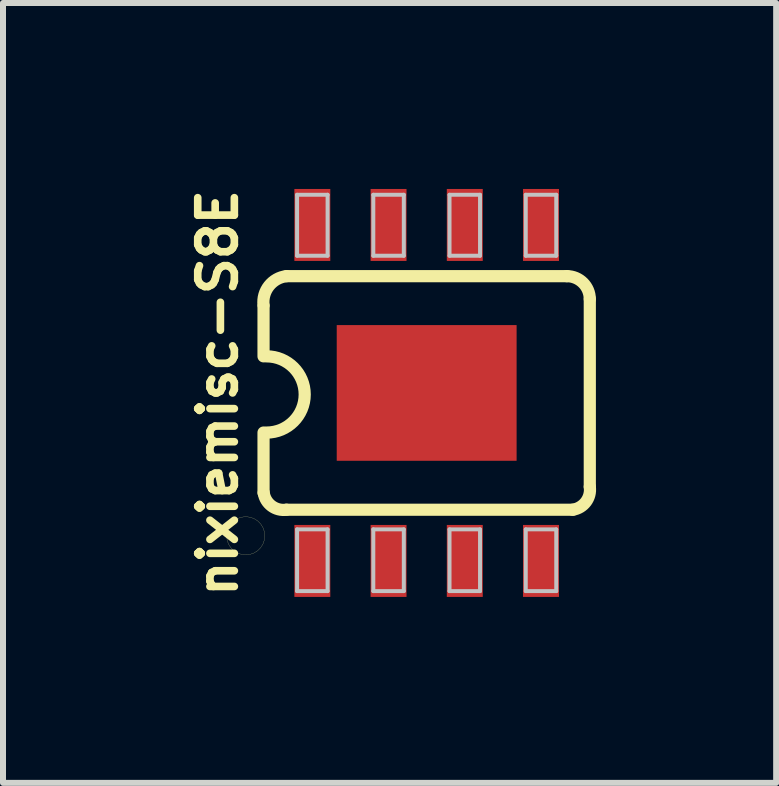
<source format=kicad_pcb>
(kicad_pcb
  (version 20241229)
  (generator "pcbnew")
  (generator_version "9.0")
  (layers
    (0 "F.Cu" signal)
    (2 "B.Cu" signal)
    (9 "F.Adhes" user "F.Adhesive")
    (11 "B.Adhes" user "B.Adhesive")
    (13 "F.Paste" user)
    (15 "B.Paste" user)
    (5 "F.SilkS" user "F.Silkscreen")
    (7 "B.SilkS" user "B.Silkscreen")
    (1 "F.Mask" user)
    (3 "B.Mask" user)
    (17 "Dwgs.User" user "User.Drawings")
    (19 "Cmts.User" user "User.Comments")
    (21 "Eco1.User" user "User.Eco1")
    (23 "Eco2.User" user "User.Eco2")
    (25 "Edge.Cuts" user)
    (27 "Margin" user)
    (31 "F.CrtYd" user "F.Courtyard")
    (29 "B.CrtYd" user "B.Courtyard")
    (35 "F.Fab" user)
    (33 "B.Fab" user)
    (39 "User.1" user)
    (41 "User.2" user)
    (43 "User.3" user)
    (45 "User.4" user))
  (footprint "nixiemisc-S8E"
    (layer "F.Cu")
    (at 4.059 3.497)
    (property "Reference" "nixiemisc-S8E" (at -3.48 0 90) (layer "F.SilkS") (effects (font (size 0.61 0.61) (thickness 0.127))))
    (attr smd)
    (fp_line (start -2.718 -1.45) (end -2.718 -0.61) (stroke (width 0.203) (type solid)) (layer "F.SilkS"))
    (fp_line (start -2.718 1.664) (end -2.718 0.66) (stroke (width 0.203) (type solid)) (layer "F.SilkS"))
    (fp_line (start -2.337 1.946) (end 2.436 1.946) (stroke (width 0.203) (type solid)) (layer "F.SilkS"))
    (fp_line (start 2.337 -1.946) (end -2.337 -1.946) (stroke (width 0.203) (type solid)) (layer "F.SilkS"))
    (fp_line (start 2.718 1.565) (end 2.718 -1.565) (stroke (width 0.203) (type solid)) (layer "F.SilkS"))
    (fp_arc (start -2.7178 -1.46304) (mid -2.62725 -1.783248) (end -2.3368 -1.94564) (stroke (width 0.2032) (type solid)) (layer "F.SilkS"))
    (fp_arc (start -2.667 -0.6096) (mid -2.032 0.0254) (end -2.667 0.6604) (stroke (width 0.2032) (type solid)) (layer "F.SilkS"))
    (fp_arc (start -2.3368 1.94564) (mid -2.584422 1.883052) (end -2.71526 1.6637) (stroke (width 0.2032) (type solid)) (layer "F.SilkS"))
    (fp_arc (start 2.3368 -1.94564) (mid 2.606208 -1.834048) (end 2.7178 -1.56464) (stroke (width 0.2032) (type solid)) (layer "F.SilkS"))
    (fp_arc (start 2.7178 1.56464) (mid 2.654468 1.814058) (end 2.43332 1.94564) (stroke (width 0.2032) (type solid)) (layer "F.SilkS"))
    (fp_poly (pts (xy -2.697 2.38) (xy -2.705 2.309) (xy -2.728 2.243) (xy -2.766 2.182) (xy -2.817 2.131) (xy -2.878 2.093) (xy -2.944 2.07) (xy -3.015 2.062) (xy -3.086 2.07) (xy -3.152 2.093) (xy -3.213 2.131) (xy -3.264 2.182) (xy -3.302 2.243) (xy -3.325 2.309) (xy -3.332 2.38) (xy -3.325 2.451) (xy -3.302 2.517) (xy -3.264 2.578) (xy -3.213 2.629) (xy -3.152 2.667) (xy -3.086 2.69) (xy -3.015 2.697) (xy -2.944 2.69) (xy -2.878 2.667) (xy -2.817 2.629) (xy -2.766 2.578) (xy -2.728 2.517) (xy -2.705 2.451) (xy -2.697 2.38)) (stroke (width 0.003) (type solid)) (fill no) (layer "F.SilkS"))
    (fp_line (start -2.159 -3.302) (end -1.651 -3.302) (stroke (width 0.066) (type solid)) (layer "Dwgs.User"))
    (fp_line (start -2.159 -2.286) (end -2.159 -3.302) (stroke (width 0.066) (type solid)) (layer "Dwgs.User"))
    (fp_line (start -2.159 -2.286) (end -1.651 -2.286) (stroke (width 0.066) (type solid)) (layer "Dwgs.User"))
    (fp_line (start -2.159 2.273) (end -1.651 2.273) (stroke (width 0.066) (type solid)) (layer "Dwgs.User"))
    (fp_line (start -2.159 3.302) (end -2.159 2.273) (stroke (width 0.066) (type solid)) (layer "Dwgs.User"))
    (fp_line (start -2.159 3.302) (end -1.651 3.302) (stroke (width 0.066) (type solid)) (layer "Dwgs.User"))
    (fp_line (start -1.651 -2.286) (end -1.651 -3.302) (stroke (width 0.066) (type solid)) (layer "Dwgs.User"))
    (fp_line (start -1.651 3.302) (end -1.651 2.273) (stroke (width 0.066) (type solid)) (layer "Dwgs.User"))
    (fp_line (start -0.889 -3.302) (end -0.381 -3.302) (stroke (width 0.066) (type solid)) (layer "Dwgs.User"))
    (fp_line (start -0.889 -2.286) (end -0.889 -3.302) (stroke (width 0.066) (type solid)) (layer "Dwgs.User"))
    (fp_line (start -0.889 -2.286) (end -0.381 -2.286) (stroke (width 0.066) (type solid)) (layer "Dwgs.User"))
    (fp_line (start -0.889 2.273) (end -0.381 2.273) (stroke (width 0.066) (type solid)) (layer "Dwgs.User"))
    (fp_line (start -0.889 3.302) (end -0.889 2.273) (stroke (width 0.066) (type solid)) (layer "Dwgs.User"))
    (fp_line (start -0.889 3.302) (end -0.381 3.302) (stroke (width 0.066) (type solid)) (layer "Dwgs.User"))
    (fp_line (start -0.381 -2.286) (end -0.381 -3.302) (stroke (width 0.066) (type solid)) (layer "Dwgs.User"))
    (fp_line (start -0.381 3.302) (end -0.381 2.273) (stroke (width 0.066) (type solid)) (layer "Dwgs.User"))
    (fp_line (start 0.381 -3.302) (end 0.889 -3.302) (stroke (width 0.066) (type solid)) (layer "Dwgs.User"))
    (fp_line (start 0.381 -2.286) (end 0.381 -3.302) (stroke (width 0.066) (type solid)) (layer "Dwgs.User"))
    (fp_line (start 0.381 -2.286) (end 0.889 -2.286) (stroke (width 0.066) (type solid)) (layer "Dwgs.User"))
    (fp_line (start 0.381 2.273) (end 0.889 2.273) (stroke (width 0.066) (type solid)) (layer "Dwgs.User"))
    (fp_line (start 0.381 3.302) (end 0.381 2.273) (stroke (width 0.066) (type solid)) (layer "Dwgs.User"))
    (fp_line (start 0.381 3.302) (end 0.889 3.302) (stroke (width 0.066) (type solid)) (layer "Dwgs.User"))
    (fp_line (start 0.889 -2.286) (end 0.889 -3.302) (stroke (width 0.066) (type solid)) (layer "Dwgs.User"))
    (fp_line (start 0.889 3.302) (end 0.889 2.273) (stroke (width 0.066) (type solid)) (layer "Dwgs.User"))
    (fp_line (start 1.651 -3.302) (end 2.159 -3.302) (stroke (width 0.066) (type solid)) (layer "Dwgs.User"))
    (fp_line (start 1.651 -2.286) (end 1.651 -3.302) (stroke (width 0.066) (type solid)) (layer "Dwgs.User"))
    (fp_line (start 1.651 -2.286) (end 2.159 -2.286) (stroke (width 0.066) (type solid)) (layer "Dwgs.User"))
    (fp_line (start 1.651 2.273) (end 2.159 2.273) (stroke (width 0.066) (type solid)) (layer "Dwgs.User"))
    (fp_line (start 1.651 3.302) (end 1.651 2.273) (stroke (width 0.066) (type solid)) (layer "Dwgs.User"))
    (fp_line (start 1.651 3.302) (end 2.159 3.302) (stroke (width 0.066) (type solid)) (layer "Dwgs.User"))
    (fp_line (start 2.159 -2.286) (end 2.159 -3.302) (stroke (width 0.066) (type solid)) (layer "Dwgs.User"))
    (fp_line (start 2.159 3.302) (end 2.159 2.273) (stroke (width 0.066) (type solid)) (layer "Dwgs.User"))
    (pad "1" smd rect (at -1.905 2.799) (size 0.599 1.199) (layers "F.Cu" "F.Mask" "F.Paste"))
    (pad "2" smd rect (at -0.635 2.799) (size 0.599 1.199) (layers "F.Cu" "F.Mask" "F.Paste"))
    (pad "3" smd rect (at 0.635 2.799) (size 0.599 1.199) (layers "F.Cu" "F.Mask" "F.Paste"))
    (pad "4" smd rect (at 1.905 2.799) (size 0.599 1.199) (layers "F.Cu" "F.Mask" "F.Paste"))
    (pad "5" smd rect (at 1.905 -2.799) (size 0.599 1.199) (layers "F.Cu" "F.Mask" "F.Paste"))
    (pad "6" smd rect (at 0.635 -2.799) (size 0.599 1.199) (layers "F.Cu" "F.Mask" "F.Paste"))
    (pad "7" smd rect (at -0.635 -2.799) (size 0.599 1.199) (layers "F.Cu" "F.Mask" "F.Paste"))
    (pad "8" smd rect (at -1.905 -2.799) (size 0.599 1.199) (layers "F.Cu" "F.Mask" "F.Paste"))
    (pad "9" smd rect (at 0 0) (size 2.997 2.261) (layers "F.Cu" "F.Mask" "F.Paste")))
  (gr_rect
    (start -3 -3)
    (end 9.882 9.994)
    (stroke (width 0.1) (type default))
    (fill no)
    (layer "Edge.Cuts")))
</source>
